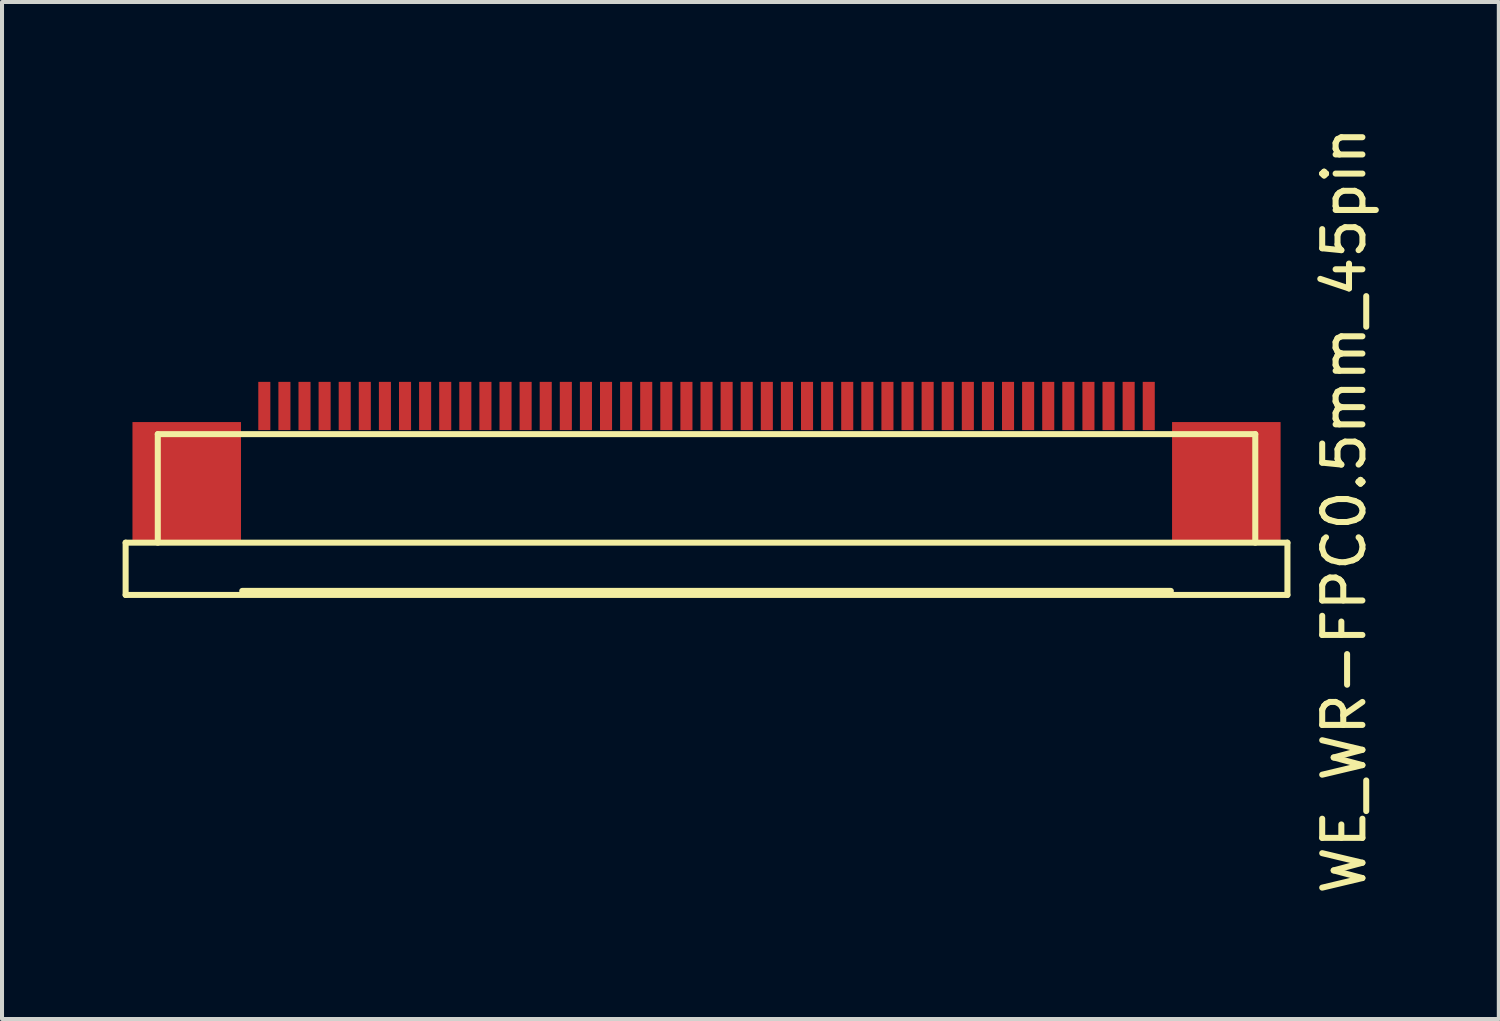
<source format=kicad_pcb>
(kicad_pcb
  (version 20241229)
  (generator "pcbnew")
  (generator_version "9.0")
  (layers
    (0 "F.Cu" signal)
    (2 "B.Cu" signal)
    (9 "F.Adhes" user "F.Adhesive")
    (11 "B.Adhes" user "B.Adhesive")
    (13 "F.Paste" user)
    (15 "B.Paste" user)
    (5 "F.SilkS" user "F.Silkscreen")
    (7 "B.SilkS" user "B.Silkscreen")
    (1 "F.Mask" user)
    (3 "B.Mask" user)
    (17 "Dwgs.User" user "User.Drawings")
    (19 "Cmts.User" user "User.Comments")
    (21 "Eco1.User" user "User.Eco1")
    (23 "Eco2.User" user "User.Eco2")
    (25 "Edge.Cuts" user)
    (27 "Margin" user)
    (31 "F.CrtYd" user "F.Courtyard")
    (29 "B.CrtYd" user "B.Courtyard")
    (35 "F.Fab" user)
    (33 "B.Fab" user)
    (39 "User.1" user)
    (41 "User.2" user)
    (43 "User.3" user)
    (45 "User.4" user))
  (footprint "WE_WR-FPC0.5mm_45pin"
    (layer "F.Cu")
    (at 14.525 7.049)
    (property "Reference" "WE_WR-FPC0.5mm_45pin" (at 15.86 2.6 90) (layer "F.SilkS") (effects (font (size 1 1) (thickness 0.15))))
    (attr through_hole)
    (fp_line (start -14.45 3.4) (end -14.45 4.7) (stroke (width 0.15) (type solid)) (layer "F.SilkS"))
    (fp_line (start -14.45 3.4) (end 14.45 3.4) (stroke (width 0.15) (type solid)) (layer "F.SilkS"))
    (fp_line (start -14.45 4.7) (end 14.45 4.7) (stroke (width 0.15) (type solid)) (layer "F.SilkS"))
    (fp_line (start -13.65 0.7) (end 13.65 0.7) (stroke (width 0.15) (type solid)) (layer "F.SilkS"))
    (fp_line (start -13.65 3.4) (end -13.65 0.7) (stroke (width 0.15) (type solid)) (layer "F.SilkS"))
    (fp_line (start -11.55 4.6) (end 11.55 4.6) (stroke (width 0.15) (type solid)) (layer "F.SilkS"))
    (fp_line (start 13.65 0.7) (end 13.65 3.4) (stroke (width 0.15) (type solid)) (layer "F.SilkS"))
    (fp_line (start 14.45 3.4) (end 14.45 4.7) (stroke (width 0.15) (type solid)) (layer "F.SilkS"))
    (pad "" smd rect (at -12.93 1.9) (size 2.7 3) (layers "F.Cu" "F.Mask" "F.Paste"))
    (pad "" smd rect (at 12.93 1.9) (size 2.7 3) (layers "F.Cu" "F.Mask" "F.Paste"))
    (pad "1" smd rect (at -11 0) (size 0.3 1.2) (layers "F.Cu" "F.Mask" "F.Paste"))
    (pad "2" smd rect (at -10.5 0) (size 0.3 1.2) (layers "F.Cu" "F.Mask" "F.Paste"))
    (pad "3" smd rect (at -10 0) (size 0.3 1.2) (layers "F.Cu" "F.Mask" "F.Paste"))
    (pad "4" smd rect (at -9.5 0) (size 0.3 1.2) (layers "F.Cu" "F.Mask" "F.Paste"))
    (pad "5" smd rect (at -9 0) (size 0.3 1.2) (layers "F.Cu" "F.Mask" "F.Paste"))
    (pad "6" smd rect (at -8.5 0) (size 0.3 1.2) (layers "F.Cu" "F.Mask" "F.Paste"))
    (pad "7" smd rect (at -8 0) (size 0.3 1.2) (layers "F.Cu" "F.Mask" "F.Paste"))
    (pad "8" smd rect (at -7.5 0) (size 0.3 1.2) (layers "F.Cu" "F.Mask" "F.Paste"))
    (pad "9" smd rect (at -7 0) (size 0.3 1.2) (layers "F.Cu" "F.Mask" "F.Paste"))
    (pad "10" smd rect (at -6.5 0) (size 0.3 1.2) (layers "F.Cu" "F.Mask" "F.Paste"))
    (pad "11" smd rect (at -6 0) (size 0.3 1.2) (layers "F.Cu" "F.Mask" "F.Paste"))
    (pad "12" smd rect (at -5.5 0) (size 0.3 1.2) (layers "F.Cu" "F.Mask" "F.Paste"))
    (pad "13" smd rect (at -5 0) (size 0.3 1.2) (layers "F.Cu" "F.Mask" "F.Paste"))
    (pad "14" smd rect (at -4.5 0) (size 0.3 1.2) (layers "F.Cu" "F.Mask" "F.Paste"))
    (pad "15" smd rect (at -4 0) (size 0.3 1.2) (layers "F.Cu" "F.Mask" "F.Paste"))
    (pad "16" smd rect (at -3.5 0) (size 0.3 1.2) (layers "F.Cu" "F.Mask" "F.Paste"))
    (pad "17" smd rect (at -3 0) (size 0.3 1.2) (layers "F.Cu" "F.Mask" "F.Paste"))
    (pad "18" smd rect (at -2.5 0) (size 0.3 1.2) (layers "F.Cu" "F.Mask" "F.Paste"))
    (pad "19" smd rect (at -2 0) (size 0.3 1.2) (layers "F.Cu" "F.Mask" "F.Paste"))
    (pad "20" smd rect (at -1.5 0) (size 0.3 1.2) (layers "F.Cu" "F.Mask" "F.Paste"))
    (pad "21" smd rect (at -1 0) (size 0.3 1.2) (layers "F.Cu" "F.Mask" "F.Paste"))
    (pad "22" smd rect (at -0.5 0) (size 0.3 1.2) (layers "F.Cu" "F.Mask" "F.Paste"))
    (pad "23" smd rect (at 0 0) (size 0.3 1.2) (layers "F.Cu" "F.Mask" "F.Paste"))
    (pad "24" smd rect (at 0.5 0) (size 0.3 1.2) (layers "F.Cu" "F.Mask" "F.Paste"))
    (pad "25" smd rect (at 1 0) (size 0.3 1.2) (layers "F.Cu" "F.Mask" "F.Paste"))
    (pad "26" smd rect (at 1.5 0) (size 0.3 1.2) (layers "F.Cu" "F.Mask" "F.Paste"))
    (pad "27" smd rect (at 2 0) (size 0.3 1.2) (layers "F.Cu" "F.Mask" "F.Paste"))
    (pad "28" smd rect (at 2.5 0) (size 0.3 1.2) (layers "F.Cu" "F.Mask" "F.Paste"))
    (pad "29" smd rect (at 3 0) (size 0.3 1.2) (layers "F.Cu" "F.Mask" "F.Paste"))
    (pad "30" smd rect (at 3.5 0) (size 0.3 1.2) (layers "F.Cu" "F.Mask" "F.Paste"))
    (pad "31" smd rect (at 4 0) (size 0.3 1.2) (layers "F.Cu" "F.Mask" "F.Paste"))
    (pad "32" smd rect (at 4.5 0) (size 0.3 1.2) (layers "F.Cu" "F.Mask" "F.Paste"))
    (pad "33" smd rect (at 5 0) (size 0.3 1.2) (layers "F.Cu" "F.Mask" "F.Paste"))
    (pad "34" smd rect (at 5.5 0) (size 0.3 1.2) (layers "F.Cu" "F.Mask" "F.Paste"))
    (pad "35" smd rect (at 6 0) (size 0.3 1.2) (layers "F.Cu" "F.Mask" "F.Paste"))
    (pad "36" smd rect (at 6.5 0) (size 0.3 1.2) (layers "F.Cu" "F.Mask" "F.Paste"))
    (pad "37" smd rect (at 7 0) (size 0.3 1.2) (layers "F.Cu" "F.Mask" "F.Paste"))
    (pad "38" smd rect (at 7.5 0) (size 0.3 1.2) (layers "F.Cu" "F.Mask" "F.Paste"))
    (pad "39" smd rect (at 8 0) (size 0.3 1.2) (layers "F.Cu" "F.Mask" "F.Paste"))
    (pad "40" smd rect (at 8.5 0) (size 0.3 1.2) (layers "F.Cu" "F.Mask" "F.Paste"))
    (pad "41" smd rect (at 9 0) (size 0.3 1.2) (layers "F.Cu" "F.Mask" "F.Paste"))
    (pad "42" smd rect (at 9.5 0) (size 0.3 1.2) (layers "F.Cu" "F.Mask" "F.Paste"))
    (pad "43" smd rect (at 10 0) (size 0.3 1.2) (layers "F.Cu" "F.Mask" "F.Paste"))
    (pad "44" smd rect (at 10.5 0) (size 0.3 1.2) (layers "F.Cu" "F.Mask" "F.Paste"))
    (pad "45" smd rect (at 11 0) (size 0.3 1.2) (layers "F.Cu" "F.Mask" "F.Paste")))
  (gr_rect
    (start -3 -3)
    (end 34.233 22.298)
    (stroke (width 0.1) (type default))
    (fill no)
    (layer "Edge.Cuts")))
</source>
